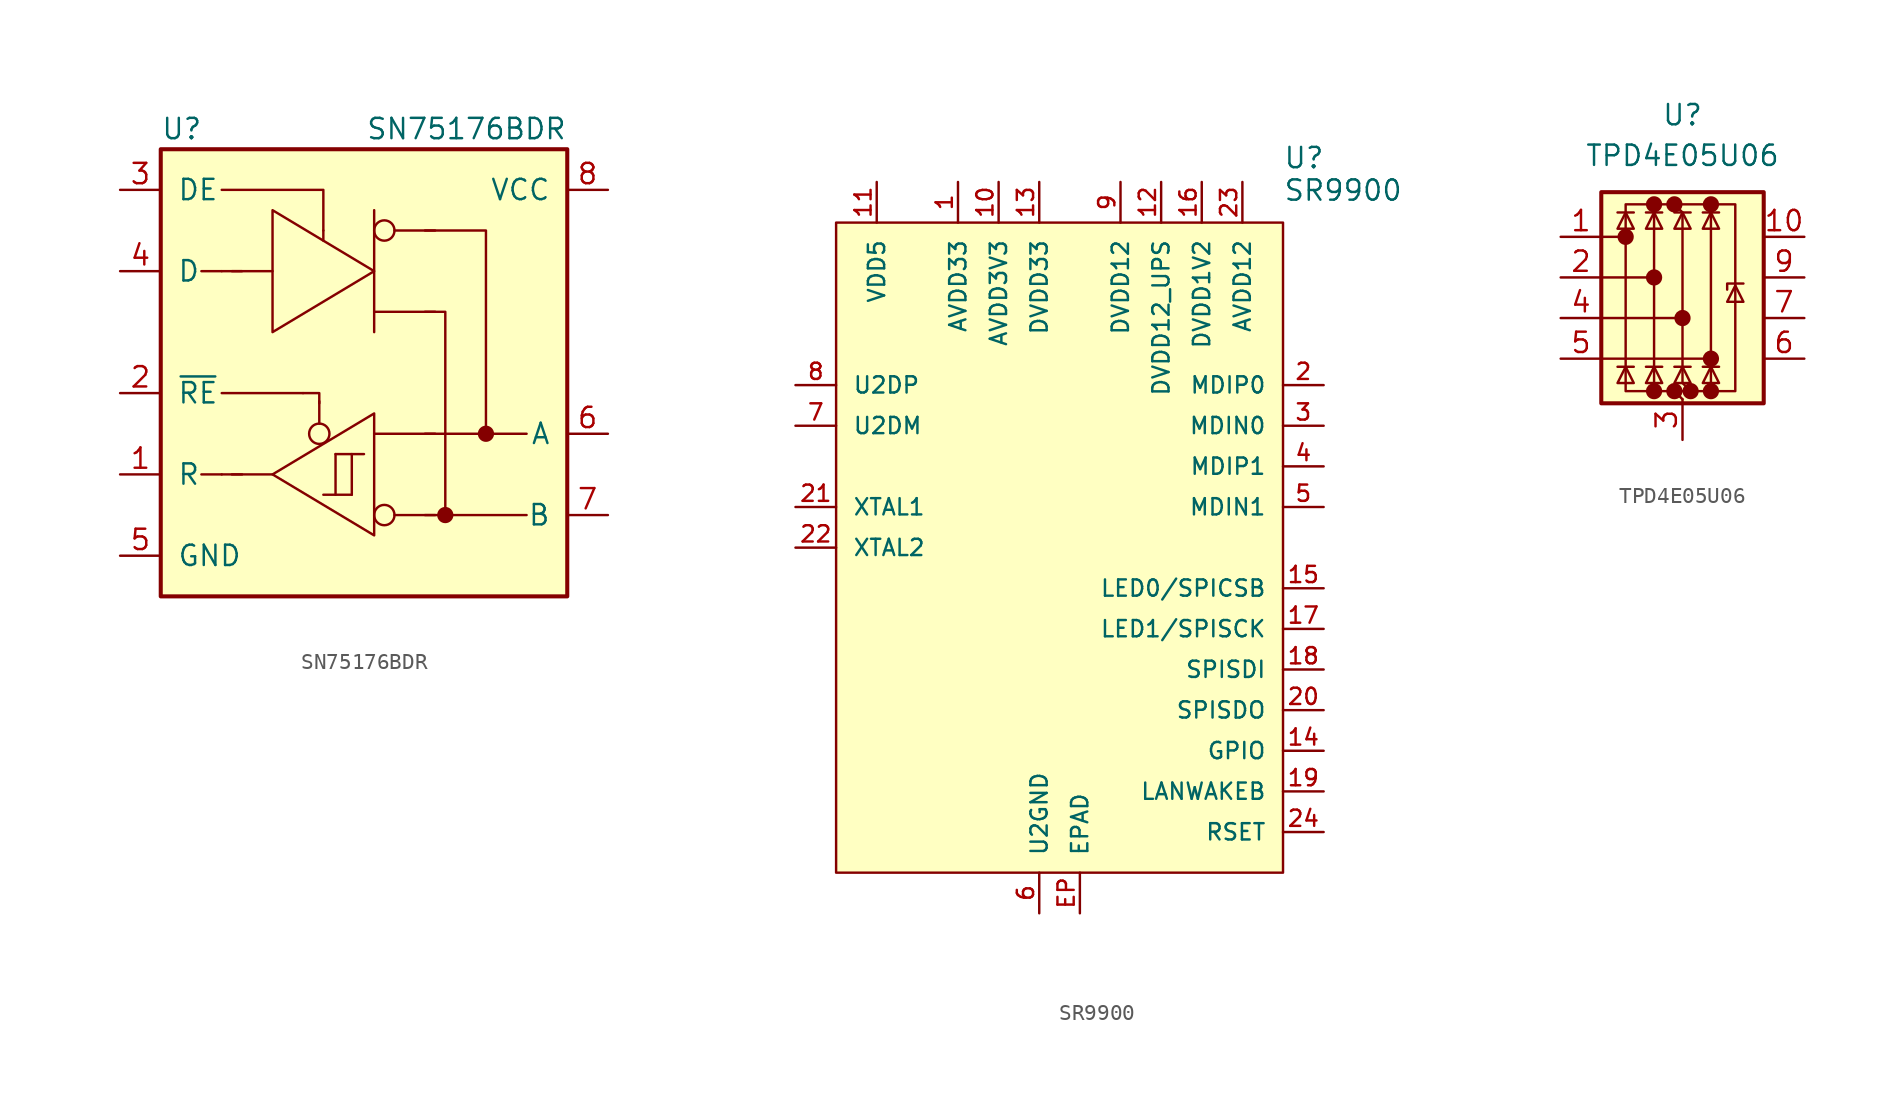
<source format=kicad_sym>
(kicad_symbol_lib
  (version 20231120)
  (generator "kicad_symbol_editor")
  (generator_version "8.0")
  (symbol "SN75176BDR"
    (pin_names
      (offset 1.016))
    (property "Reference" "U"
      (at -12.7 15.24 0)
      (effects (font (size 1.27 1.27)) (justify left)))
    (property "Value" "SN75176BDR"
      (at 12.7 15.24 0)
      (effects (font (size 1.27 1.27)) (justify right)))
    (symbol "SN75176BDR_0_1"
      (rectangle (start -12.7 13.97) (end 12.7 -13.97) (stroke (width 0.254) (type default)) (fill (type background)))
      (circle (center -2.794 -3.81) (radius 0.635) (stroke (width 0) (type default)) (fill (type none)))
      (polyline (pts (xy -8.89 -6.35) (xy -10.16 -6.35)) (stroke (width 0) (type default)) (fill (type none)))
      (polyline (pts (xy -8.89 -1.27) (xy -3.81 -1.27)) (stroke (width 0) (type default)) (fill (type none)))
      (polyline (pts (xy -8.89 6.35) (xy -10.16 6.35)) (stroke (width 0) (type default)) (fill (type none)))
      (polyline (pts (xy -7.62 -6.35) (xy -8.89 -6.35)) (stroke (width 0) (type default)) (fill (type none)))
      (polyline (pts (xy -7.62 6.35) (xy -8.89 6.35)) (stroke (width 0) (type default)) (fill (type none)))
      (polyline (pts (xy -2.794 -3.175) (xy -2.794 -1.778)) (stroke (width 0) (type default)) (fill (type none)))
      (polyline (pts (xy -2.54 8.89) (xy -2.54 8.255)) (stroke (width 0) (type default)) (fill (type none)))
      (polyline (pts (xy 3.81 -8.89) (xy 10.16 -8.89)) (stroke (width 0) (type default)) (fill (type none)))
      (polyline (pts (xy 3.81 -3.81) (xy 10.16 -3.81)) (stroke (width 0) (type default)) (fill (type none)))
      (polyline (pts (xy -8.89 11.43) (xy -2.54 11.43) (xy -2.54 8.89)) (stroke (width 0) (type default)) (fill (type none)))
      (polyline (pts (xy -3.81 -1.27) (xy -2.794 -1.27) (xy -2.794 -1.905)) (stroke (width 0) (type default)) (fill (type none)))
      (polyline (pts (xy 3.81 3.81) (xy 5.08 3.81) (xy 5.08 -8.89)) (stroke (width 0) (type default)) (fill (type none)))
      (polyline (pts (xy 3.81 8.89) (xy 7.62 8.89) (xy 7.62 -3.81)) (stroke (width 0) (type default)) (fill (type none)))
      (circle (center 5.08 -8.89) (radius 0.254) (stroke (width 0.508) (type default)) (fill (type none)))
      (circle (center 7.62 -3.81) (radius 0.254) (stroke (width 0.508) (type default)) (fill (type none))))
    (symbol "SN75176BDR_1_1"
      (polyline (pts (xy -5.715 -6.35) (xy -8.255 -6.35)) (stroke (width 0) (type default)) (fill (type none)))
      (polyline (pts (xy -5.715 6.35) (xy -8.255 6.35)) (stroke (width 0) (type default)) (fill (type none)))
      (polyline (pts (xy -2.54 -7.62) (xy -0.762 -7.62)) (stroke (width 0) (type default)) (fill (type none)))
      (polyline (pts (xy -1.778 -5.08) (xy -1.778 -7.62)) (stroke (width 0) (type default)) (fill (type none)))
      (polyline (pts (xy -0.762 -7.62) (xy -0.762 -5.08)) (stroke (width 0) (type default)) (fill (type none)))
      (polyline (pts (xy 0 -5.08) (xy -1.778 -5.08)) (stroke (width 0) (type default)) (fill (type none)))
      (polyline (pts (xy 0.635 -3.81) (xy 4.445 -3.81)) (stroke (width 0) (type default)) (fill (type none)))
      (polyline (pts (xy 0.635 3.81) (xy 4.445 3.81)) (stroke (width 0) (type default)) (fill (type none)))
      (polyline (pts (xy 0.635 10.16) (xy 0.635 2.54)) (stroke (width 0) (type default)) (fill (type none)))
      (polyline (pts (xy 1.905 -8.89) (xy 4.445 -8.89)) (stroke (width 0) (type default)) (fill (type none)))
      (polyline (pts (xy 1.905 8.89) (xy 4.445 8.89)) (stroke (width 0) (type default)) (fill (type none)))
      (polyline (pts (xy -5.715 10.16) (xy -5.715 2.54) (xy 0.635 6.35) (xy -5.715 10.16)) (stroke (width 0) (type default)) (fill (type none)))
      (polyline (pts (xy 0.635 -2.54) (xy 0.635 -10.16) (xy -5.715 -6.35) (xy 0.635 -2.54)) (stroke (width 0) (type default)) (fill (type none)))
      (circle (center 1.27 -8.89) (radius 0.635) (stroke (width 0) (type default)) (fill (type none)))
      (circle (center 1.27 8.89) (radius 0.635) (stroke (width 0) (type default)) (fill (type none)))
      (pin output line (at -15.24 -6.35 0) (length 2.54) (name "R" (effects (font (size 1.27 1.27)))) (number "1" (effects (font (size 1.27 1.27)))))
      (pin input line (at -15.24 -1.27 0) (length 2.54) (name "~{RE}" (effects (font (size 1.27 1.27)))) (number "2" (effects (font (size 1.27 1.27)))))
      (pin input line (at -15.24 11.43 0) (length 2.54) (name "DE" (effects (font (size 1.27 1.27)))) (number "3" (effects (font (size 1.27 1.27)))))
      (pin input line (at -15.24 6.35 0) (length 2.54) (name "D" (effects (font (size 1.27 1.27)))) (number "4" (effects (font (size 1.27 1.27)))))
      (pin power_in line (at -15.24 -11.43 0) (length 2.54) (name "GND" (effects (font (size 1.27 1.27)))) (number "5" (effects (font (size 1.27 1.27)))))
      (pin bidirectional line (at 15.24 -3.81 180) (length 2.54) (name "A" (effects (font (size 1.27 1.27)))) (number "6" (effects (font (size 1.27 1.27)))))
      (pin bidirectional line (at 15.24 -8.89 180) (length 2.54) (name "B" (effects (font (size 1.27 1.27)))) (number "7" (effects (font (size 1.27 1.27)))))
      (pin power_in line (at 15.24 11.43 180) (length 2.54) (name "VCC" (effects (font (size 1.27 1.27)))) (number "8" (effects (font (size 1.27 1.27)))))))
  (symbol "SR9900"
    (pin_names
      (offset 1.016))
    (property "Reference" "U"
      (at 13.97 23.622 0)
      (effects (font (size 1.27 1.27)) (justify left bottom)))
    (property "Value" "SR9900"
      (at 13.97 21.59 0)
      (effects (font (size 1.27 1.27)) (justify left bottom)))
    (symbol "SR9900_0_0"
      (pin power_in line (at -6.35 22.86 270) (length 2.54) (name "AVDD33" (effects (font (size 1.016 1.016)))) (number "1" (effects (font (size 1.016 1.016)))))
      (pin power_out line (at -3.81 22.86 270) (length 2.54) (name "AVDD3V3" (effects (font (size 1.016 1.016)))) (number "10" (effects (font (size 1.016 1.016)))))
      (pin power_in line (at -11.43 22.86 270) (length 2.54) (name "VDD5" (effects (font (size 1.016 1.016)))) (number "11" (effects (font (size 1.016 1.016)))))
      (pin power_out line (at 6.35 22.86 270) (length 2.54) (name "DVDD12_UPS" (effects (font (size 1.016 1.016)))) (number "12" (effects (font (size 1.016 1.016)))))
      (pin power_in line (at -1.27 22.86 270) (length 2.54) (name "DVDD33" (effects (font (size 1.016 1.016)))) (number "13" (effects (font (size 1.016 1.016)))))
      (pin bidirectional line (at 16.51 -12.7 180) (length 2.54) (name "GPIO" (effects (font (size 1.016 1.016)))) (number "14" (effects (font (size 1.016 1.016)))))
      (pin output line (at 16.51 -2.54 180) (length 2.54) (name "LED0/SPICSB" (effects (font (size 1.016 1.016)))) (number "15" (effects (font (size 1.016 1.016)))))
      (pin power_in line (at 8.89 22.86 270) (length 2.54) (name "DVDD1V2" (effects (font (size 1.016 1.016)))) (number "16" (effects (font (size 1.016 1.016)))))
      (pin output line (at 16.51 -5.08 180) (length 2.54) (name "LED1/SPISCK" (effects (font (size 1.016 1.016)))) (number "17" (effects (font (size 1.016 1.016)))))
      (pin output line (at 16.51 -7.62 180) (length 2.54) (name "SPISDI" (effects (font (size 1.016 1.016)))) (number "18" (effects (font (size 1.016 1.016)))))
      (pin output line (at 16.51 -15.24 180) (length 2.54) (name "LANWAKEB" (effects (font (size 1.016 1.016)))) (number "19" (effects (font (size 1.016 1.016)))))
      (pin bidirectional line (at 16.51 10.16 180) (length 2.54) (name "MDIP0" (effects (font (size 1.016 1.016)))) (number "2" (effects (font (size 1.016 1.016)))))
      (pin input line (at 16.51 -10.16 180) (length 2.54) (name "SPISDO" (effects (font (size 1.016 1.016)))) (number "20" (effects (font (size 1.016 1.016)))))
      (pin input line (at -16.51 2.54 0) (length 2.54) (name "XTAL1" (effects (font (size 1.016 1.016)))) (number "21" (effects (font (size 1.016 1.016)))))
      (pin output line (at -16.51 0 0) (length 2.54) (name "XTAL2" (effects (font (size 1.016 1.016)))) (number "22" (effects (font (size 1.016 1.016)))))
      (pin power_in line (at 11.43 22.86 270) (length 2.54) (name "AVDD12" (effects (font (size 1.016 1.016)))) (number "23" (effects (font (size 1.016 1.016)))))
      (pin input line (at 16.51 -17.78 180) (length 2.54) (name "RSET" (effects (font (size 1.016 1.016)))) (number "24" (effects (font (size 1.016 1.016)))))
      (pin bidirectional line (at 16.51 7.62 180) (length 2.54) (name "MDIN0" (effects (font (size 1.016 1.016)))) (number "3" (effects (font (size 1.016 1.016)))))
      (pin bidirectional line (at 16.51 5.08 180) (length 2.54) (name "MDIP1" (effects (font (size 1.016 1.016)))) (number "4" (effects (font (size 1.016 1.016)))))
      (pin bidirectional line (at 16.51 2.54 180) (length 2.54) (name "MDIN1" (effects (font (size 1.016 1.016)))) (number "5" (effects (font (size 1.016 1.016)))))
      (pin power_in line (at -1.27 -22.86 90) (length 2.54) (name "U2GND" (effects (font (size 1.016 1.016)))) (number "6" (effects (font (size 1.016 1.016)))))
      (pin bidirectional line (at -16.51 7.62 0) (length 2.54) (name "U2DM" (effects (font (size 1.016 1.016)))) (number "7" (effects (font (size 1.016 1.016)))))
      (pin bidirectional line (at -16.51 10.16 0) (length 2.54) (name "U2DP" (effects (font (size 1.016 1.016)))) (number "8" (effects (font (size 1.016 1.016)))))
      (pin power_in line (at 3.81 22.86 270) (length 2.54) (name "DVDD12" (effects (font (size 1.016 1.016)))) (number "9" (effects (font (size 1.016 1.016))))))
    (symbol "SR9900_0_1"
      (rectangle (start -13.97 20.32) (end 13.97 -20.32) (stroke (width 0) (type default)) (fill (type background))))
    (symbol "SR9900_1_0"
      (pin power_in line (at 1.27 -22.86 90) (length 2.54) (name "EPAD" (effects (font (size 1.016 1.016)))) (number "EP" (effects (font (size 1.016 1.016)))))))
  (symbol "TPD4E05U06"
    (pin_names
      (offset 0) hide)
    (property "Reference" "U"
      (at 0 5.08 0)
      (effects (font (size 1.27 1.27))))
    (property "Value" " TPD4E05U06"
      (at 0 2.54 0)
      (effects (font (size 1.27 1.27))))
    (symbol "TPD4E05U06_0_0"
      (circle (center -3.556 -2.54) (radius 0.0001) (stroke (width 0.508) (type default)) (fill (type none)))
      (circle (center -1.778 -12.192) (radius 0.0001) (stroke (width 0.508) (type default)) (fill (type none)))
      (circle (center -1.778 -5.08) (radius 0.0001) (stroke (width 0.508) (type default)) (fill (type none)))
      (circle (center -1.778 -0.508) (radius 0.0001) (stroke (width 0.508) (type default)) (fill (type none)))
      (circle (center -0.508 -12.192) (radius 0.0001) (stroke (width 0.508) (type default)) (fill (type none)))
      (circle (center -0.508 -0.508) (radius 0.0001) (stroke (width 0.508) (type default)) (fill (type none)))
      (circle (center 0 -7.62) (radius 0.0001) (stroke (width 0.508) (type default)) (fill (type none)))
      (circle (center 0.508 -12.192) (radius 0.0001) (stroke (width 0.508) (type default)) (fill (type none)))
      (circle (center 1.778 -12.192) (radius 0.0001) (stroke (width 0.508) (type default)) (fill (type none)))
      (circle (center 1.778 -10.16) (radius 0.0001) (stroke (width 0.508) (type default)) (fill (type none)))
      (circle (center 1.778 -0.508) (radius 0.0001) (stroke (width 0.508) (type default)) (fill (type none))))
    (symbol "TPD4E05U06_0_1"
      (polyline (pts (xy -5.08 -10.16) (xy 1.778 -10.16)) (stroke (width 0) (type default)) (fill (type none)))
      (polyline (pts (xy -5.08 -7.62) (xy 0 -7.62)) (stroke (width 0) (type default)) (fill (type none)))
      (polyline (pts (xy -5.08 -5.08) (xy -1.778 -5.08)) (stroke (width 0) (type default)) (fill (type none)))
      (polyline (pts (xy -5.08 -2.54) (xy -3.556 -2.54)) (stroke (width 0) (type default)) (fill (type none)))
      (polyline (pts (xy -4.064 -10.668) (xy -3.048 -10.668)) (stroke (width 0) (type default)) (fill (type none)))
      (polyline (pts (xy -3.048 -1.016) (xy -4.064 -1.016)) (stroke (width 0) (type default)) (fill (type none)))
      (polyline (pts (xy -2.286 -10.668) (xy -1.27 -10.668)) (stroke (width 0) (type default)) (fill (type none)))
      (polyline (pts (xy -2.286 -1.016) (xy -1.27 -1.016)) (stroke (width 0) (type default)) (fill (type none)))
      (polyline (pts (xy -0.508 -10.668) (xy 0.508 -10.668)) (stroke (width 0) (type default)) (fill (type none)))
      (polyline (pts (xy 0.508 -12.192) (xy -0.508 -12.192)) (stroke (width 0) (type default)) (fill (type none)))
      (polyline (pts (xy 0.508 -1.016) (xy -0.508 -1.016)) (stroke (width 0) (type default)) (fill (type none)))
      (polyline (pts (xy 1.27 -1.016) (xy 2.286 -1.016)) (stroke (width 0) (type default)) (fill (type none)))
      (polyline (pts (xy 2.286 -10.668) (xy 1.27 -10.668)) (stroke (width 0) (type default)) (fill (type none)))
      (polyline (pts (xy 2.794 -5.842) (xy 2.794 -5.461) (xy 3.81 -5.461)) (stroke (width 0) (type default)) (fill (type none)))
      (polyline (pts (xy -4.064 -2.032) (xy -3.048 -2.032) (xy -3.556 -1.016) (xy -4.064 -2.032)) (stroke (width 0) (type default)) (fill (type none)))
      (polyline (pts (xy -3.048 -11.684) (xy -4.064 -11.684) (xy -3.556 -10.668) (xy -3.048 -11.684)) (stroke (width 0) (type default)) (fill (type none)))
      (polyline (pts (xy -1.27 -11.684) (xy -2.286 -11.684) (xy -1.778 -10.668) (xy -1.27 -11.684)) (stroke (width 0) (type default)) (fill (type none)))
      (polyline (pts (xy -1.27 -2.032) (xy -2.286 -2.032) (xy -1.778 -1.016) (xy -1.27 -2.032)) (stroke (width 0) (type default)) (fill (type none)))
      (polyline (pts (xy -0.508 -11.684) (xy 0.508 -11.684) (xy 0 -10.668) (xy -0.508 -11.684)) (stroke (width 0) (type default)) (fill (type none)))
      (polyline (pts (xy -0.508 -2.032) (xy 0.508 -2.032) (xy 0 -1.016) (xy -0.508 -2.032)) (stroke (width 0) (type default)) (fill (type none)))
      (polyline (pts (xy 1.27 -11.684) (xy 2.286 -11.684) (xy 1.778 -10.668) (xy 1.27 -11.684)) (stroke (width 0) (type default)) (fill (type none)))
      (polyline (pts (xy 1.778 -0.508) (xy 3.302 -0.508) (xy 3.302 -12.192) (xy 1.778 -12.192)) (stroke (width 0) (type default)) (fill (type none)))
      (polyline (pts (xy 2.286 -2.032) (xy 1.27 -2.032) (xy 1.778 -1.016) (xy 2.286 -2.032)) (stroke (width 0) (type default)) (fill (type none)))
      (polyline (pts (xy 3.81 -6.604) (xy 2.794 -6.604) (xy 3.302 -5.588) (xy 3.81 -6.604)) (stroke (width 0) (type default)) (fill (type none))))
    (symbol "TPD4E05U06_1_1"
      (rectangle (start -5.08 0.254) (end 5.08 -12.954) (stroke (width 0.254) (type default)) (fill (type background)))
      (polyline (pts (xy -1.778 -0.508) (xy -3.556 -0.508) (xy -3.556 -12.192) (xy -1.778 -12.192)) (stroke (width 0) (type default)) (fill (type none)))
      (polyline (pts (xy -0.508 -0.508) (xy 1.778 -0.508) (xy 1.778 -12.192) (xy 0.508 -12.192)) (stroke (width 0) (type default)) (fill (type none)))
      (polyline (pts (xy 0.508 -12.192) (xy 0 -11.684) (xy 0 -1.016) (xy -0.508 -0.508)) (stroke (width 0) (type default)) (fill (type none)))
      (polyline (pts (xy 0 -12.7) (xy -0.508 -12.192) (xy -1.778 -12.192) (xy -1.778 -0.508) (xy -0.508 -0.508)) (stroke (width 0) (type default)) (fill (type none)))
      (pin passive line (at -7.62 -2.54 0) (length 2.54) (name "~" (effects (font (size 1.27 1.27)))) (number "1" (effects (font (size 1.27 1.27)))))
      (pin passive line (at 7.62 -2.54 180) (length 2.54) (name "~" (effects (font (size 1.27 1.27)))) (number "10" (effects (font (size 1.27 1.27)))))
      (pin passive line (at -7.62 -5.08 0) (length 2.54) (name "~" (effects (font (size 1.27 1.27)))) (number "2" (effects (font (size 1.27 1.27)))))
      (pin power_in line (at 0 -15.24 90) (length 2.54) (name "GND" (effects (font (size 1.27 1.27)))) (number "3" (effects (font (size 1.27 1.27)))))
      (pin passive line (at -7.62 -7.62 0) (length 2.54) (name "~" (effects (font (size 1.27 1.27)))) (number "4" (effects (font (size 1.27 1.27)))))
      (pin passive line (at -7.62 -10.16 0) (length 2.54) (name "~" (effects (font (size 1.27 1.27)))) (number "5" (effects (font (size 1.27 1.27)))))
      (pin passive line (at 7.62 -10.16 180) (length 2.54) (name "~" (effects (font (size 1.27 1.27)))) (number "6" (effects (font (size 1.27 1.27)))))
      (pin passive line (at 7.62 -7.62 180) (length 2.54) (name "~" (effects (font (size 1.27 1.27)))) (number "7" (effects (font (size 1.27 1.27)))))
      (pin passive line (at 0 -15.24 90) (length 2.54) hide (name "GND" (effects (font (size 1.27 1.27)))) (number "8" (effects (font (size 1.27 1.27)))))
      (pin passive line (at 7.62 -5.08 180) (length 2.54) (name "~" (effects (font (size 1.27 1.27)))) (number "9" (effects (font (size 1.27 1.27))))))))
</source>
